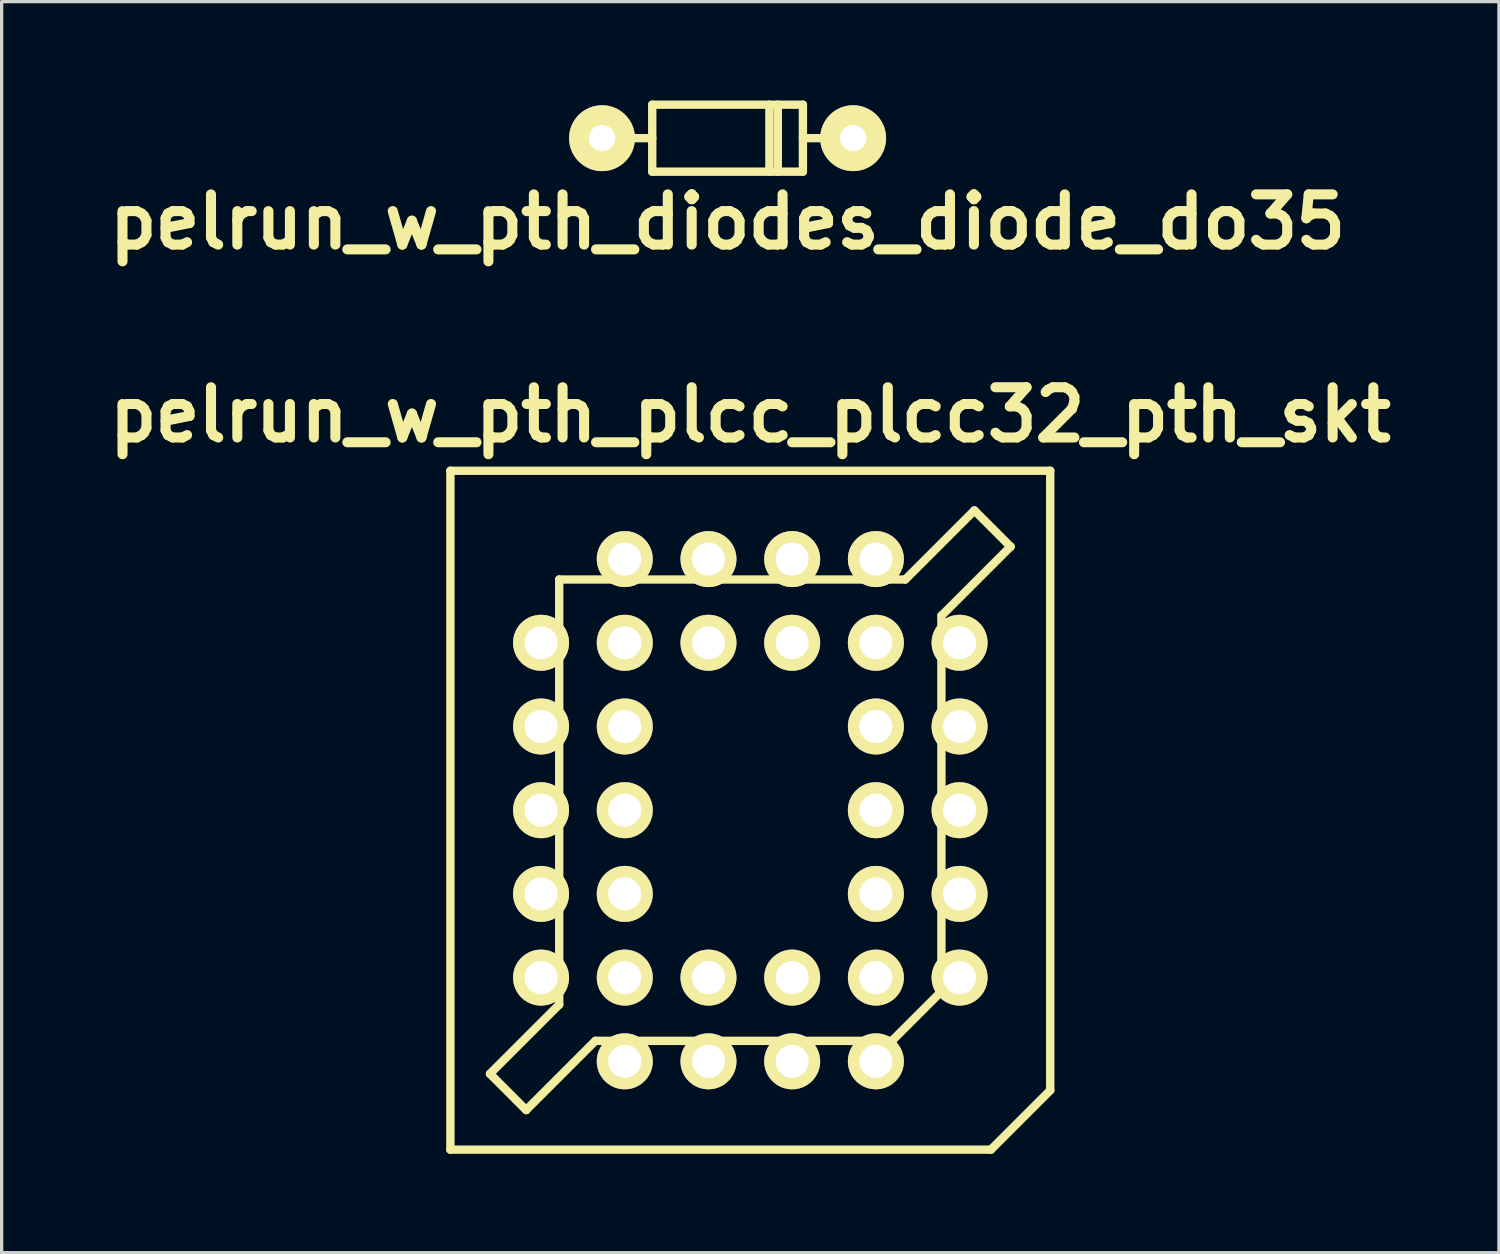
<source format=kicad_pcb>
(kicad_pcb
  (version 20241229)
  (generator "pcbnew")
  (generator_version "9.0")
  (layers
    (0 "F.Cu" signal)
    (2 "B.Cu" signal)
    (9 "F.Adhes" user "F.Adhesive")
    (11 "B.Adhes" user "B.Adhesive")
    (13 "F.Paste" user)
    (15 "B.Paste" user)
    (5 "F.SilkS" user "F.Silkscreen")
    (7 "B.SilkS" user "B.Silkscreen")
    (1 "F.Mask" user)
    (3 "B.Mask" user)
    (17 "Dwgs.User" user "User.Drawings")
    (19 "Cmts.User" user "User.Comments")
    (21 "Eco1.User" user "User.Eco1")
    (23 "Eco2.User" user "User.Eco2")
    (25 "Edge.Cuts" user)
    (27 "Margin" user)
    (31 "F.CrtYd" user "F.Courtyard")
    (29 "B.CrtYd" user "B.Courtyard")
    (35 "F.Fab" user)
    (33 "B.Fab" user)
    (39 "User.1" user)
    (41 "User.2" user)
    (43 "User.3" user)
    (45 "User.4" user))
  (footprint "pelrun_w_pth_plcc_plcc32_pth_skt"
    (layer "F.Cu")
    (at 19.718 21.535)
    (property "Reference" "pelrun_w_pth_plcc_plcc32_pth_skt" (at 0 -11.999 0) (layer "F.SilkS") (effects (font (size 1.524 1.524) (thickness 0.305))))
    (attr through_hole)
    (fp_line (start -9.101 10.3) (end -9.101 -10.3) (stroke (width 0.254) (type solid)) (layer "F.SilkS"))
    (fp_line (start -9.101 10.3) (end 7.3 10.3) (stroke (width 0.254) (type solid)) (layer "F.SilkS"))
    (fp_line (start -7.899 8.001) (end -6.8 9.101) (stroke (width 0.254) (type solid)) (layer "F.SilkS"))
    (fp_line (start -6.8 9.096) (end -4.702 6.998) (stroke (width 0.254) (type solid)) (layer "F.SilkS"))
    (fp_line (start -5.801 5.9) (end -7.899 7.998) (stroke (width 0.254) (type solid)) (layer "F.SilkS"))
    (fp_line (start -5.799 -7) (end -5.799 5.9) (stroke (width 0.254) (type solid)) (layer "F.SilkS"))
    (fp_line (start -5.799 -7) (end 4.699 -7) (stroke (width 0.254) (type solid)) (layer "F.SilkS"))
    (fp_line (start 4.3 6.998) (end 5.799 5.499) (stroke (width 0.254) (type solid)) (layer "F.SilkS"))
    (fp_line (start 4.3 7) (end -4.699 7) (stroke (width 0.254) (type solid)) (layer "F.SilkS"))
    (fp_line (start 4.702 -6.998) (end 6.8 -9.096) (stroke (width 0.254) (type solid)) (layer "F.SilkS"))
    (fp_line (start 5.799 5.499) (end 5.799 -5.9) (stroke (width 0.254) (type solid)) (layer "F.SilkS"))
    (fp_line (start 6.8 -9.096) (end 7.899 -7.996) (stroke (width 0.254) (type solid)) (layer "F.SilkS"))
    (fp_line (start 7.3 10.302) (end 9.101 8.501) (stroke (width 0.254) (type solid)) (layer "F.SilkS"))
    (fp_line (start 7.899 -8.001) (end 5.801 -5.903) (stroke (width 0.254) (type solid)) (layer "F.SilkS"))
    (fp_line (start 9.101 -10.3) (end -9.101 -10.3) (stroke (width 0.254) (type solid)) (layer "F.SilkS"))
    (fp_line (start 9.101 -10.3) (end 9.101 8.499) (stroke (width 0.254) (type solid)) (layer "F.SilkS"))
    (pad "1" thru_hole circle (at -1.27 5.08) (size 1.699 1.699) (drill 1.001) (layers "*.Cu" "*.Mask" "F.SilkS"))
    (pad "2" thru_hole circle (at 1.27 7.62) (size 1.699 1.699) (drill 1.001) (layers "*.Cu" "*.Mask" "F.SilkS"))
    (pad "3" thru_hole circle (at 1.27 5.08) (size 1.699 1.699) (drill 1.001) (layers "*.Cu" "*.Mask" "F.SilkS"))
    (pad "4" thru_hole circle (at 3.81 7.62) (size 1.699 1.699) (drill 1.001) (layers "*.Cu" "*.Mask" "F.SilkS"))
    (pad "5" thru_hole circle (at 6.35 5.08) (size 1.699 1.699) (drill 1.001) (layers "*.Cu" "*.Mask" "F.SilkS"))
    (pad "6" thru_hole circle (at 3.81 5.08) (size 1.699 1.699) (drill 1.001) (layers "*.Cu" "*.Mask" "F.SilkS"))
    (pad "7" thru_hole circle (at 6.35 2.54) (size 1.699 1.699) (drill 1.001) (layers "*.Cu" "*.Mask" "F.SilkS"))
    (pad "8" thru_hole circle (at 3.81 2.54) (size 1.699 1.699) (drill 1.001) (layers "*.Cu" "*.Mask" "F.SilkS"))
    (pad "9" thru_hole circle (at 6.35 0) (size 1.699 1.699) (drill 1.001) (layers "*.Cu" "*.Mask" "F.SilkS"))
    (pad "10" thru_hole circle (at 3.81 0) (size 1.699 1.699) (drill 1.001) (layers "*.Cu" "*.Mask" "F.SilkS"))
    (pad "11" thru_hole circle (at 6.35 -2.54) (size 1.699 1.699) (drill 1.001) (layers "*.Cu" "*.Mask" "F.SilkS"))
    (pad "12" thru_hole circle (at 3.81 -2.54) (size 1.699 1.699) (drill 1.001) (layers "*.Cu" "*.Mask" "F.SilkS"))
    (pad "13" thru_hole circle (at 6.35 -5.08) (size 1.699 1.699) (drill 1.001) (layers "*.Cu" "*.Mask" "F.SilkS"))
    (pad "14" thru_hole circle (at 3.81 -7.62) (size 1.699 1.699) (drill 1.001) (layers "*.Cu" "*.Mask" "F.SilkS"))
    (pad "15" thru_hole circle (at 3.81 -5.08) (size 1.699 1.699) (drill 1.001) (layers "*.Cu" "*.Mask" "F.SilkS"))
    (pad "16" thru_hole circle (at 1.27 -7.62) (size 1.699 1.699) (drill 1.001) (layers "*.Cu" "*.Mask" "F.SilkS"))
    (pad "17" thru_hole circle (at 1.27 -5.08) (size 1.699 1.699) (drill 1.001) (layers "*.Cu" "*.Mask" "F.SilkS"))
    (pad "18" thru_hole circle (at -1.27 -7.62) (size 1.699 1.699) (drill 1.001) (layers "*.Cu" "*.Mask" "F.SilkS"))
    (pad "19" thru_hole circle (at -1.27 -5.08) (size 1.699 1.699) (drill 1.001) (layers "*.Cu" "*.Mask" "F.SilkS"))
    (pad "20" thru_hole circle (at -3.81 -7.62) (size 1.699 1.699) (drill 1.001) (layers "*.Cu" "*.Mask" "F.SilkS"))
    (pad "21" thru_hole circle (at -6.35 -5.08) (size 1.699 1.699) (drill 1.001) (layers "*.Cu" "*.Mask" "F.SilkS"))
    (pad "22" thru_hole circle (at -3.81 -5.08) (size 1.699 1.699) (drill 1.001) (layers "*.Cu" "*.Mask" "F.SilkS"))
    (pad "23" thru_hole circle (at -6.35 -2.54) (size 1.699 1.699) (drill 1.001) (layers "*.Cu" "*.Mask" "F.SilkS"))
    (pad "24" thru_hole circle (at -3.81 -2.54) (size 1.699 1.699) (drill 1.001) (layers "*.Cu" "*.Mask" "F.SilkS"))
    (pad "25" thru_hole circle (at -6.35 0) (size 1.699 1.699) (drill 1.001) (layers "*.Cu" "*.Mask" "F.SilkS"))
    (pad "26" thru_hole circle (at -3.81 0) (size 1.699 1.699) (drill 1.001) (layers "*.Cu" "*.Mask" "F.SilkS"))
    (pad "27" thru_hole circle (at -6.35 2.54) (size 1.699 1.699) (drill 1.001) (layers "*.Cu" "*.Mask" "F.SilkS"))
    (pad "28" thru_hole circle (at -3.81 2.54) (size 1.699 1.699) (drill 1.001) (layers "*.Cu" "*.Mask" "F.SilkS"))
    (pad "29" thru_hole circle (at -6.35 5.08) (size 1.699 1.699) (drill 1.001) (layers "*.Cu" "*.Mask" "F.SilkS"))
    (pad "30" thru_hole circle (at -3.81 7.62) (size 1.699 1.699) (drill 1.001) (layers "*.Cu" "*.Mask" "F.SilkS"))
    (pad "31" thru_hole circle (at -3.81 5.08) (size 1.699 1.699) (drill 1.001) (layers "*.Cu" "*.Mask" "F.SilkS"))
    (pad "32" thru_hole circle (at -1.27 7.62) (size 1.699 1.699) (drill 1.001) (layers "*.Cu" "*.Mask" "F.SilkS")))
  (footprint "pelrun_w_pth_diodes_diode_do35"
    (layer "F.Cu")
    (at 19.028 1.143)
    (property "Reference" "pelrun_w_pth_diodes_diode_do35" (at 0 2.54 0) (layer "F.SilkS") (effects (font (size 1.524 1.524) (thickness 0.305))))
    (attr through_hole)
    (fp_line (start -2.286 -1.016) (end 2.286 -1.016) (stroke (width 0.254) (type solid)) (layer "F.SilkS"))
    (fp_line (start -2.286 0) (end -3.81 0) (stroke (width 0.254) (type solid)) (layer "F.SilkS"))
    (fp_line (start -2.286 1.016) (end -2.286 -1.016) (stroke (width 0.254) (type solid)) (layer "F.SilkS"))
    (fp_line (start 1.27 -1.016) (end 1.27 1.016) (stroke (width 0.254) (type solid)) (layer "F.SilkS"))
    (fp_line (start 1.524 1.016) (end 1.524 -1.016) (stroke (width 0.254) (type solid)) (layer "F.SilkS"))
    (fp_line (start 2.286 -1.016) (end 2.286 1.016) (stroke (width 0.254) (type solid)) (layer "F.SilkS"))
    (fp_line (start 2.286 1.016) (end -2.286 1.016) (stroke (width 0.254) (type solid)) (layer "F.SilkS"))
    (fp_line (start 3.81 0) (end 2.286 0) (stroke (width 0.254) (type solid)) (layer "F.SilkS"))
    (pad "1" thru_hole circle (at -3.81 0) (size 1.999 1.999) (drill 0.8) (layers "*.Cu" "*.Mask" "F.SilkS"))
    (pad "2" thru_hole circle (at 3.81 0) (size 1.999 1.999) (drill 0.8) (layers "*.Cu" "*.Mask" "F.SilkS")))
  (gr_rect
    (start -3 -3)
    (end 42.435 34.964)
    (stroke (width 0.1) (type default))
    (fill no)
    (layer "Edge.Cuts")))
</source>
